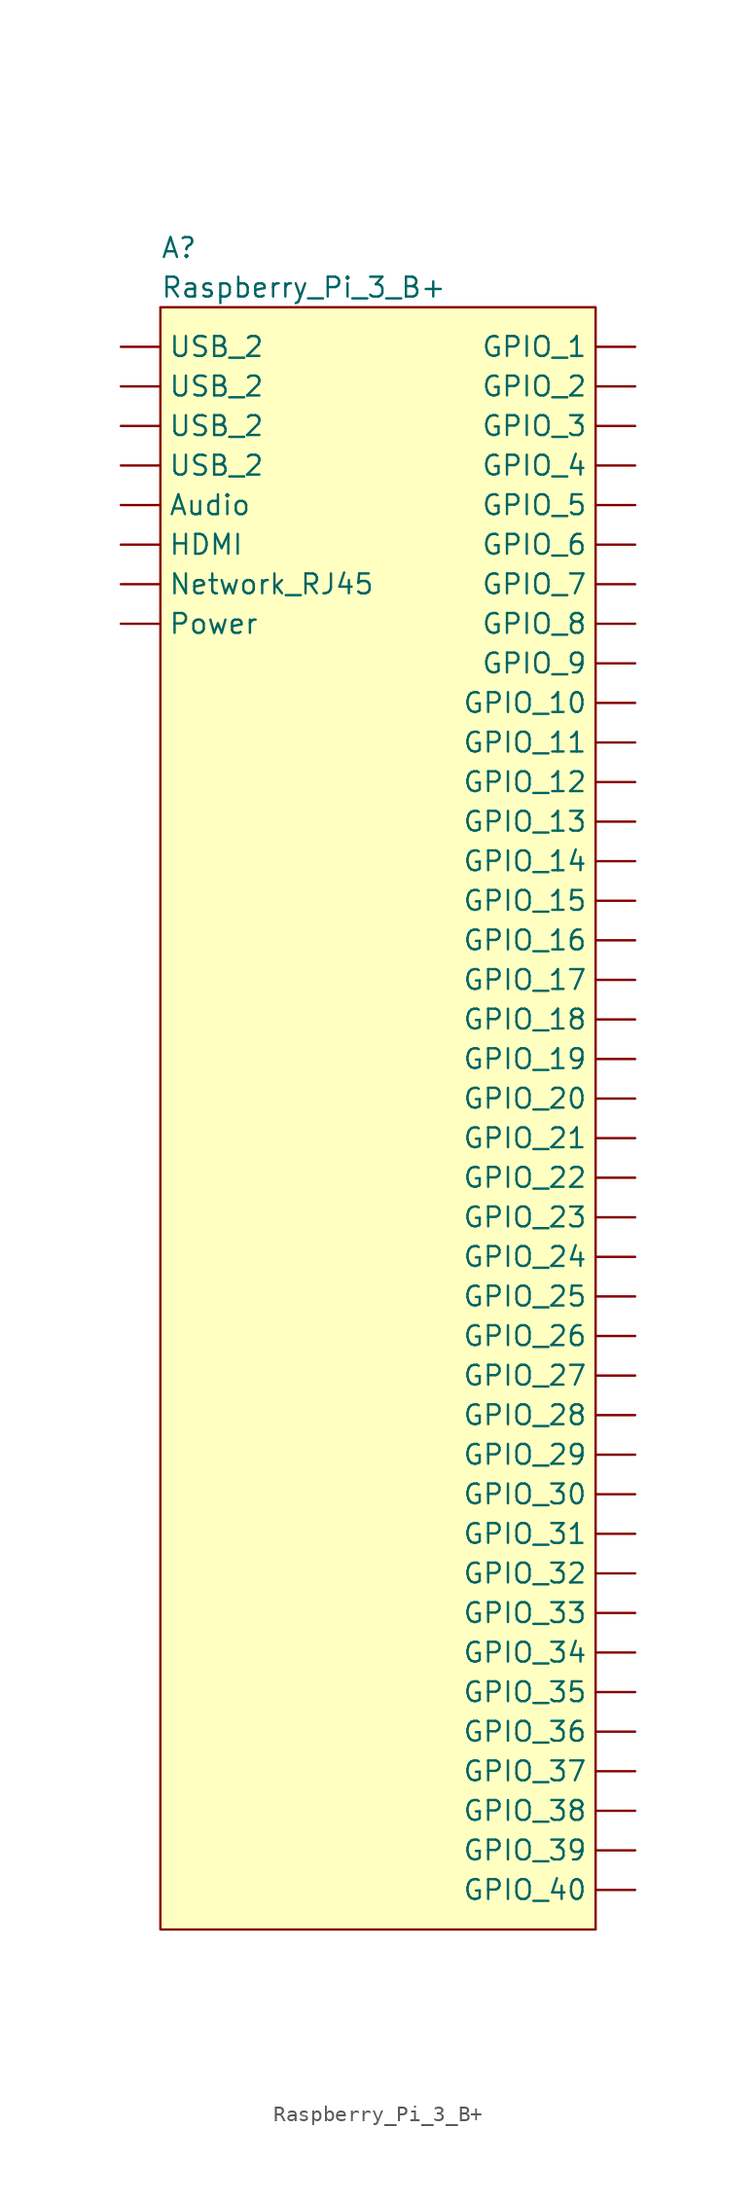
<source format=kicad_sym>
(kicad_symbol_lib
  (version 20211014)
  (generator kicad_symbol_editor)
  (symbol "Raspberry_Pi_3_B+"
    (property "Reference" "A"
      (at 0 3.81 0)
      (effects (font (size 1.27 1.27)) (justify left)))
    (property "Value" "Raspberry_Pi_3_B+"
      (at 0 1.27 0)
      (effects (font (size 1.27 1.27)) (justify left)))
    (symbol "Raspberry_Pi_3_B+_0_1"
      (rectangle (start 0 0) (end 27.94 -104.14) (stroke (width 0) (type default) (color 0 0 0 0)) (fill (type background))))
    (symbol "Raspberry_Pi_3_B+_1_1"
      (pin input line (at -2.54 -12.7 0) (length 2.54) (name "Audio" (effects (font (size 1.27 1.27)))) (number "" (effects (font (size 1.27 1.27)))))
      (pin input line (at 30.48 -2.54 180) (length 2.54) (name "GPIO_1" (effects (font (size 1.27 1.27)))) (number "" (effects (font (size 1.27 1.27)))))
      (pin input line (at 30.48 -25.4 180) (length 2.54) (name "GPIO_10" (effects (font (size 1.27 1.27)))) (number "" (effects (font (size 1.27 1.27)))))
      (pin input line (at 30.48 -27.94 180) (length 2.54) (name "GPIO_11" (effects (font (size 1.27 1.27)))) (number "" (effects (font (size 1.27 1.27)))))
      (pin input line (at 30.48 -30.48 180) (length 2.54) (name "GPIO_12" (effects (font (size 1.27 1.27)))) (number "" (effects (font (size 1.27 1.27)))))
      (pin input line (at 30.48 -33.02 180) (length 2.54) (name "GPIO_13" (effects (font (size 1.27 1.27)))) (number "" (effects (font (size 1.27 1.27)))))
      (pin input line (at 30.48 -35.56 180) (length 2.54) (name "GPIO_14" (effects (font (size 1.27 1.27)))) (number "" (effects (font (size 1.27 1.27)))))
      (pin input line (at 30.48 -38.1 180) (length 2.54) (name "GPIO_15" (effects (font (size 1.27 1.27)))) (number "" (effects (font (size 1.27 1.27)))))
      (pin input line (at 30.48 -40.64 180) (length 2.54) (name "GPIO_16" (effects (font (size 1.27 1.27)))) (number "" (effects (font (size 1.27 1.27)))))
      (pin input line (at 30.48 -43.18 180) (length 2.54) (name "GPIO_17" (effects (font (size 1.27 1.27)))) (number "" (effects (font (size 1.27 1.27)))))
      (pin input line (at 30.48 -45.72 180) (length 2.54) (name "GPIO_18" (effects (font (size 1.27 1.27)))) (number "" (effects (font (size 1.27 1.27)))))
      (pin input line (at 30.48 -48.26 180) (length 2.54) (name "GPIO_19" (effects (font (size 1.27 1.27)))) (number "" (effects (font (size 1.27 1.27)))))
      (pin input line (at 30.48 -5.08 180) (length 2.54) (name "GPIO_2" (effects (font (size 1.27 1.27)))) (number "" (effects (font (size 1.27 1.27)))))
      (pin input line (at 30.48 -50.8 180) (length 2.54) (name "GPIO_20" (effects (font (size 1.27 1.27)))) (number "" (effects (font (size 1.27 1.27)))))
      (pin input line (at 30.48 -53.34 180) (length 2.54) (name "GPIO_21" (effects (font (size 1.27 1.27)))) (number "" (effects (font (size 1.27 1.27)))))
      (pin input line (at 30.48 -55.88 180) (length 2.54) (name "GPIO_22" (effects (font (size 1.27 1.27)))) (number "" (effects (font (size 1.27 1.27)))))
      (pin input line (at 30.48 -58.42 180) (length 2.54) (name "GPIO_23" (effects (font (size 1.27 1.27)))) (number "" (effects (font (size 1.27 1.27)))))
      (pin input line (at 30.48 -60.96 180) (length 2.54) (name "GPIO_24" (effects (font (size 1.27 1.27)))) (number "" (effects (font (size 1.27 1.27)))))
      (pin input line (at 30.48 -63.5 180) (length 2.54) (name "GPIO_25" (effects (font (size 1.27 1.27)))) (number "" (effects (font (size 1.27 1.27)))))
      (pin input line (at 30.48 -66.04 180) (length 2.54) (name "GPIO_26" (effects (font (size 1.27 1.27)))) (number "" (effects (font (size 1.27 1.27)))))
      (pin input line (at 30.48 -68.58 180) (length 2.54) (name "GPIO_27" (effects (font (size 1.27 1.27)))) (number "" (effects (font (size 1.27 1.27)))))
      (pin input line (at 30.48 -71.12 180) (length 2.54) (name "GPIO_28" (effects (font (size 1.27 1.27)))) (number "" (effects (font (size 1.27 1.27)))))
      (pin input line (at 30.48 -73.66 180) (length 2.54) (name "GPIO_29" (effects (font (size 1.27 1.27)))) (number "" (effects (font (size 1.27 1.27)))))
      (pin input line (at 30.48 -7.62 180) (length 2.54) (name "GPIO_3" (effects (font (size 1.27 1.27)))) (number "" (effects (font (size 1.27 1.27)))))
      (pin input line (at 30.48 -76.2 180) (length 2.54) (name "GPIO_30" (effects (font (size 1.27 1.27)))) (number "" (effects (font (size 1.27 1.27)))))
      (pin input line (at 30.48 -78.74 180) (length 2.54) (name "GPIO_31" (effects (font (size 1.27 1.27)))) (number "" (effects (font (size 1.27 1.27)))))
      (pin input line (at 30.48 -81.28 180) (length 2.54) (name "GPIO_32" (effects (font (size 1.27 1.27)))) (number "" (effects (font (size 1.27 1.27)))))
      (pin input line (at 30.48 -83.82 180) (length 2.54) (name "GPIO_33" (effects (font (size 1.27 1.27)))) (number "" (effects (font (size 1.27 1.27)))))
      (pin input line (at 30.48 -86.36 180) (length 2.54) (name "GPIO_34" (effects (font (size 1.27 1.27)))) (number "" (effects (font (size 1.27 1.27)))))
      (pin input line (at 30.48 -88.9 180) (length 2.54) (name "GPIO_35" (effects (font (size 1.27 1.27)))) (number "" (effects (font (size 1.27 1.27)))))
      (pin input line (at 30.48 -91.44 180) (length 2.54) (name "GPIO_36" (effects (font (size 1.27 1.27)))) (number "" (effects (font (size 1.27 1.27)))))
      (pin input line (at 30.48 -93.98 180) (length 2.54) (name "GPIO_37" (effects (font (size 1.27 1.27)))) (number "" (effects (font (size 1.27 1.27)))))
      (pin input line (at 30.48 -96.52 180) (length 2.54) (name "GPIO_38" (effects (font (size 1.27 1.27)))) (number "" (effects (font (size 1.27 1.27)))))
      (pin input line (at 30.48 -99.06 180) (length 2.54) (name "GPIO_39" (effects (font (size 1.27 1.27)))) (number "" (effects (font (size 1.27 1.27)))))
      (pin input line (at 30.48 -10.16 180) (length 2.54) (name "GPIO_4" (effects (font (size 1.27 1.27)))) (number "" (effects (font (size 1.27 1.27)))))
      (pin input line (at 30.48 -101.6 180) (length 2.54) (name "GPIO_40" (effects (font (size 1.27 1.27)))) (number "" (effects (font (size 1.27 1.27)))))
      (pin input line (at 30.48 -12.7 180) (length 2.54) (name "GPIO_5" (effects (font (size 1.27 1.27)))) (number "" (effects (font (size 1.27 1.27)))))
      (pin input line (at 30.48 -15.24 180) (length 2.54) (name "GPIO_6" (effects (font (size 1.27 1.27)))) (number "" (effects (font (size 1.27 1.27)))))
      (pin input line (at 30.48 -17.78 180) (length 2.54) (name "GPIO_7" (effects (font (size 1.27 1.27)))) (number "" (effects (font (size 1.27 1.27)))))
      (pin input line (at 30.48 -20.32 180) (length 2.54) (name "GPIO_8" (effects (font (size 1.27 1.27)))) (number "" (effects (font (size 1.27 1.27)))))
      (pin input line (at 30.48 -22.86 180) (length 2.54) (name "GPIO_9" (effects (font (size 1.27 1.27)))) (number "" (effects (font (size 1.27 1.27)))))
      (pin input line (at -2.54 -15.24 0) (length 2.54) (name "HDMI" (effects (font (size 1.27 1.27)))) (number "" (effects (font (size 1.27 1.27)))))
      (pin input line (at -2.54 -17.78 0) (length 2.54) (name "Network_RJ45" (effects (font (size 1.27 1.27)))) (number "" (effects (font (size 1.27 1.27)))))
      (pin input line (at -2.54 -20.32 0) (length 2.54) (name "Power" (effects (font (size 1.27 1.27)))) (number "" (effects (font (size 1.27 1.27)))))
      (pin input line (at -2.54 -10.16 0) (length 2.54) (name "USB_2" (effects (font (size 1.27 1.27)))) (number "" (effects (font (size 1.27 1.27)))))
      (pin input line (at -2.54 -7.62 0) (length 2.54) (name "USB_2" (effects (font (size 1.27 1.27)))) (number "" (effects (font (size 1.27 1.27)))))
      (pin input line (at -2.54 -5.08 0) (length 2.54) (name "USB_2" (effects (font (size 1.27 1.27)))) (number "" (effects (font (size 1.27 1.27)))))
      (pin input line (at -2.54 -2.54 0) (length 2.54) (name "USB_2" (effects (font (size 1.27 1.27)))) (number "" (effects (font (size 1.27 1.27))))))))
</source>
